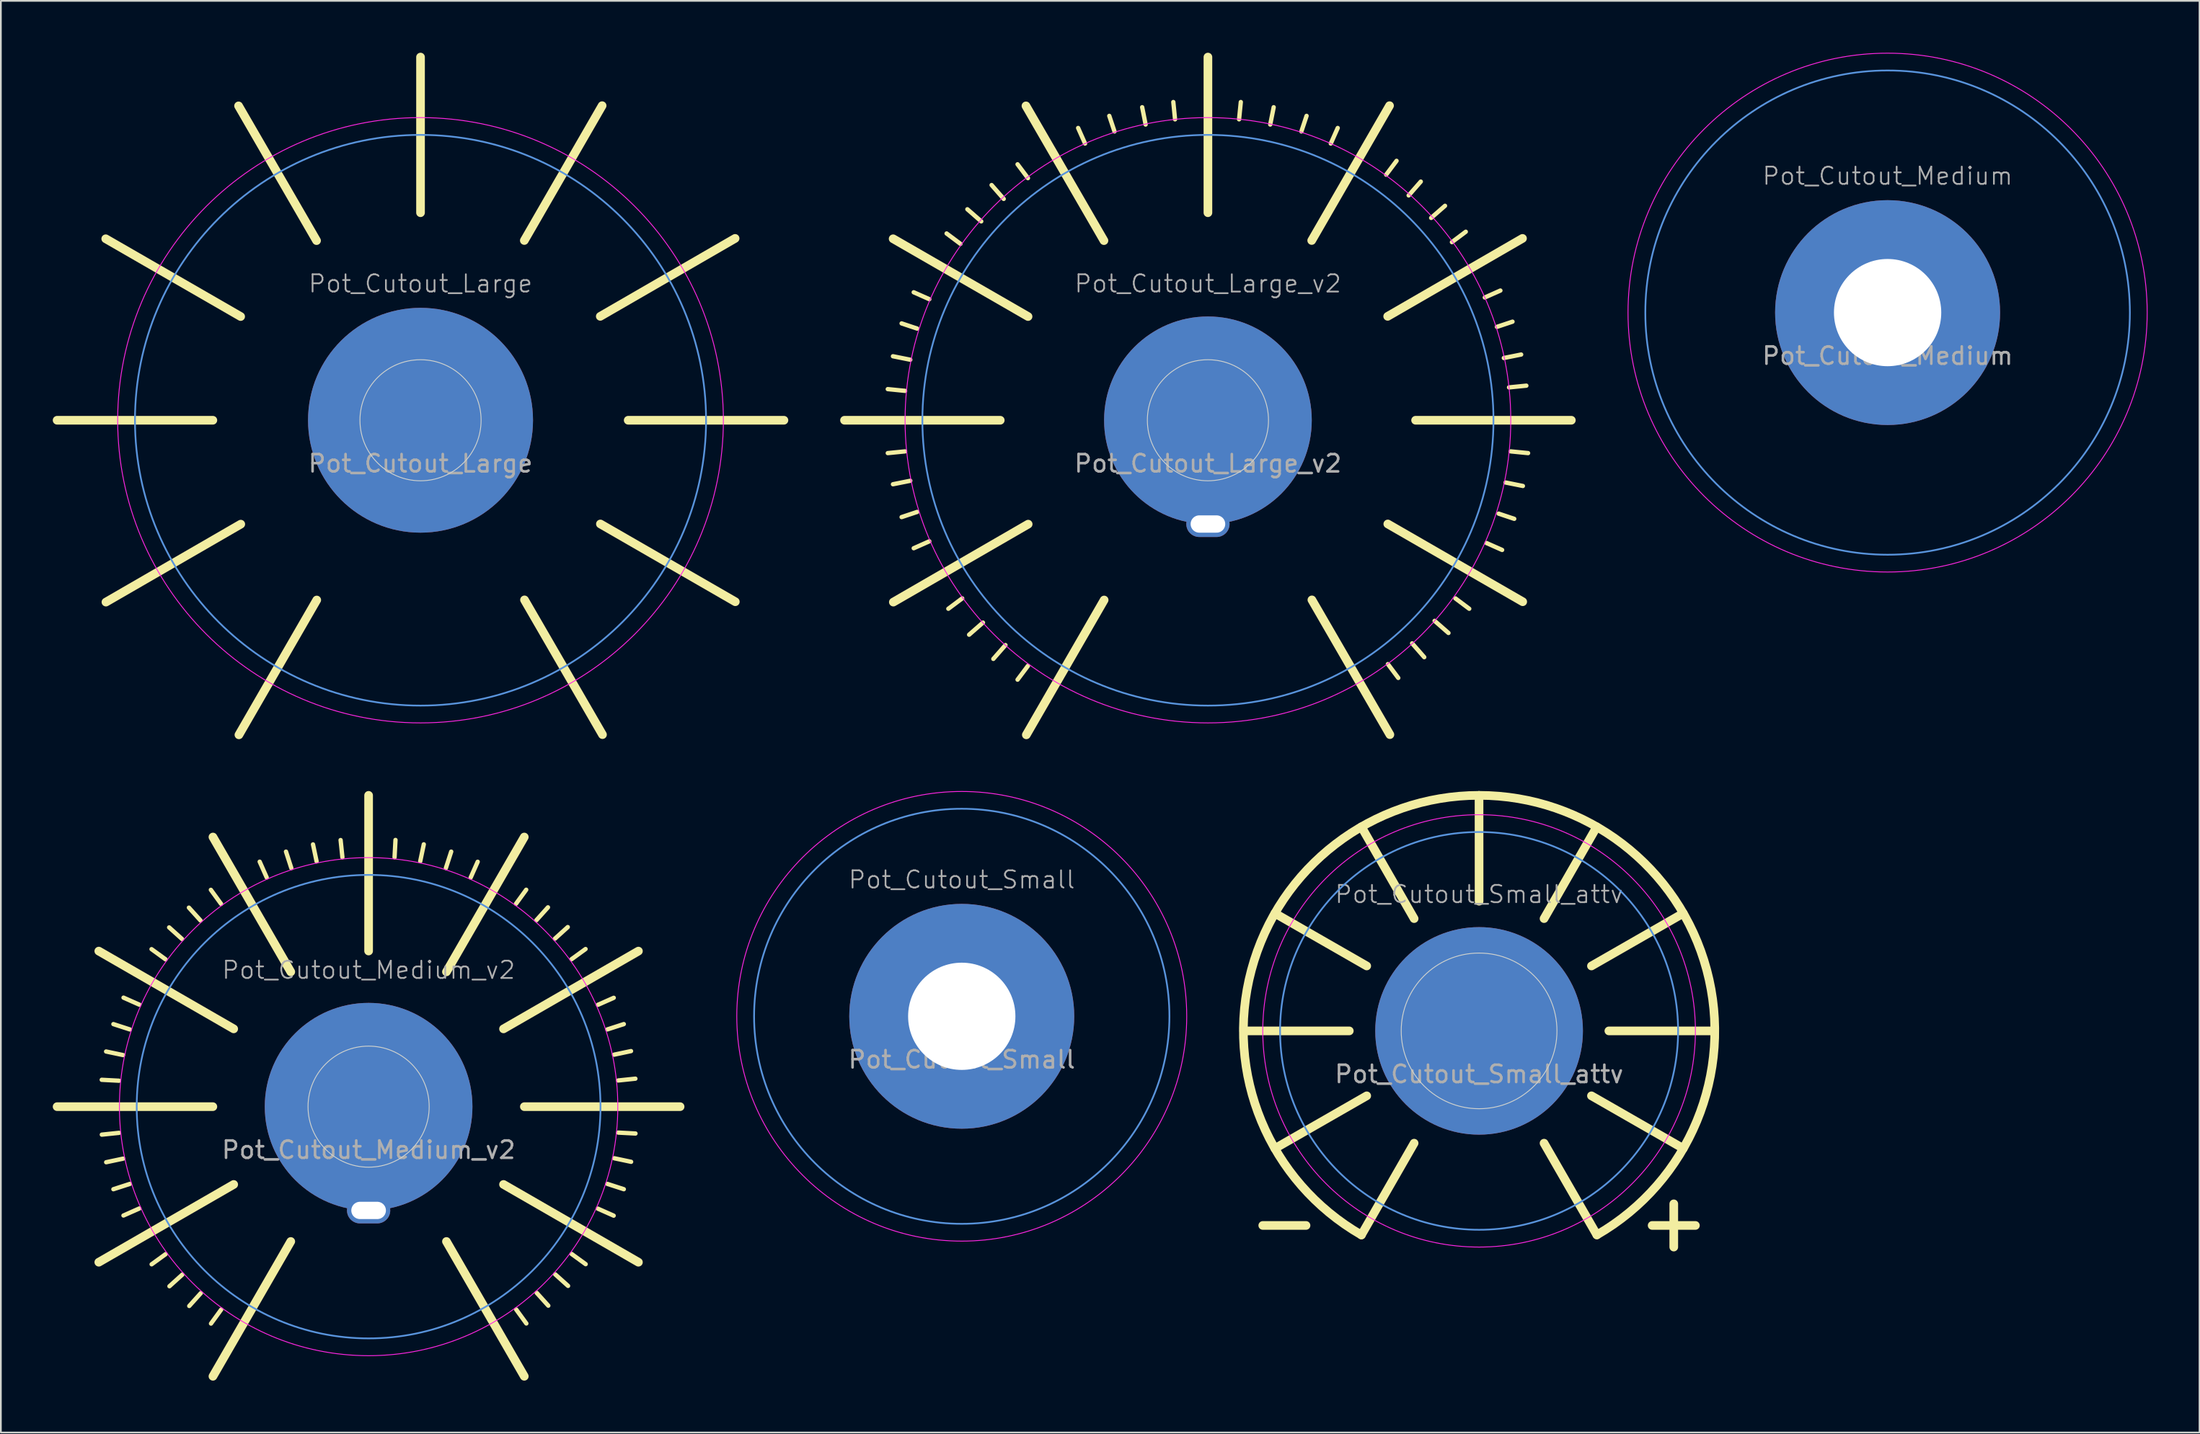
<source format=kicad_pcb>
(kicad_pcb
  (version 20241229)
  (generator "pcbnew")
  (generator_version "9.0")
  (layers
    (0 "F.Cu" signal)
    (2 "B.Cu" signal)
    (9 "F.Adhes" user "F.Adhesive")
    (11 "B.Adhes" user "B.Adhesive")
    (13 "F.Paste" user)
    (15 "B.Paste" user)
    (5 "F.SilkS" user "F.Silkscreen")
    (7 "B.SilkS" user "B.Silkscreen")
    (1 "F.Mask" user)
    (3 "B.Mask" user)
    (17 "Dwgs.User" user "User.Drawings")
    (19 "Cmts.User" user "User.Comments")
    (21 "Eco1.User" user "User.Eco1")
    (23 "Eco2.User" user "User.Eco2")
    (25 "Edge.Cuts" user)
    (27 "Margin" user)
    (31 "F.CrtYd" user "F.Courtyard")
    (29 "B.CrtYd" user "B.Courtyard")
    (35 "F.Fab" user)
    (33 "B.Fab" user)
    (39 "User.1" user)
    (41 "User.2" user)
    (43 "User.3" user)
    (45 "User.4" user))
  (footprint "Pot_Cutout_Small_attv"
    (layer "F.Cu")
    (at 82.419 56.559)
    (property "Reference" "Pot_Cutout_Small_attv" (at 0 -7.9 0) (unlocked yes) (layer "F.Fab") (effects (font (size 1 1) (thickness 0.1))))
    (attr through_hole)
    (fp_line (start -12.5 11.25) (end -10 11.25) (stroke (width 0.5) (type default)) (layer "F.SilkS"))
    (fp_line (start -7.5 0) (end -13.6 0) (stroke (width 0.5) (type default)) (layer "F.SilkS"))
    (fp_line (start -6.493 -3.754) (end -11.8 -6.8) (stroke (width 0.5) (type default)) (layer "F.SilkS"))
    (fp_line (start -6.493 3.754) (end -11.8 6.8) (stroke (width 0.5) (type default)) (layer "F.SilkS"))
    (fp_line (start -3.754 -6.493) (end -6.8 -11.8) (stroke (width 0.5) (type default)) (layer "F.SilkS"))
    (fp_line (start -3.754 6.493) (end -6.8 11.8) (stroke (width 0.5) (type default)) (layer "F.SilkS"))
    (fp_line (start 0 -7.5) (end -0.003 -13.619) (stroke (width 0.5) (type default)) (layer "F.SilkS"))
    (fp_line (start 3.754 -6.493) (end 6.8 -11.8) (stroke (width 0.5) (type default)) (layer "F.SilkS"))
    (fp_line (start 3.754 6.493) (end 6.806 11.797) (stroke (width 0.5) (type default)) (layer "F.SilkS"))
    (fp_line (start 6.493 -3.754) (end 11.8 -6.8) (stroke (width 0.5) (type default)) (layer "F.SilkS"))
    (fp_line (start 6.493 3.754) (end 11.8 6.8) (stroke (width 0.5) (type default)) (layer "F.SilkS"))
    (fp_line (start 7.5 0) (end 13.6 0) (stroke (width 0.5) (type default)) (layer "F.SilkS"))
    (fp_line (start 10 11.25) (end 12.5 11.25) (stroke (width 0.5) (type default)) (layer "F.SilkS"))
    (fp_line (start 11.25 10) (end 11.25 12.5) (stroke (width 0.5) (type default)) (layer "F.SilkS"))
    (fp_arc (start -6.8 11.8) (mid -0.003331 -13.619104) (end 6.805772 11.796672) (stroke (width 0.5) (type default)) (layer "F.SilkS"))
    (fp_circle (center 0 0) (end 11.5 0) (stroke (width 0.1) (type default)) (fill no) (layer "Cmts.User"))
    (fp_circle (center 0 0) (end 4.5 0) (stroke (width 0.05) (type default)) (fill no) (layer "Edge.Cuts"))
    (fp_circle (center 0 0) (end 12.5 0) (stroke (width 0.05) (type default)) (fill no) (layer "F.CrtYd"))
    (fp_text user "${REFERENCE}" (at 0 2.5 0) (unlocked yes) (layer "F.Fab") (effects (font (size 1 1) (thickness 0.15))))
    (pad "1" connect circle (at 0 0) (size 12 12) (layers "F.Cu" "F.Mask"))
    (pad "1" connect circle (at 0 0) (size 12 12) (layers "B.Cu" "B.Mask")))
  (footprint "Pot_Cutout_Medium"
    (layer "F.Cu")
    (at 106.025 15.025)
    (property "Reference" "Pot_Cutout_Medium" (at 0 -7.9 0) (unlocked yes) (layer "F.Fab") (effects (font (size 1 1) (thickness 0.1))))
    (attr through_hole)
    (fp_circle (center 0 0) (end 14 0) (stroke (width 0.1) (type default)) (fill no) (layer "Cmts.User"))
    (fp_circle (center 0 0) (end 15 0) (stroke (width 0.05) (type default)) (fill no) (layer "F.CrtYd"))
    (fp_text user "${REFERENCE}" (at 0 2.5 0) (unlocked yes) (layer "F.Fab") (effects (font (size 1 1) (thickness 0.15))))
    (pad "1" thru_hole circle (at 0 0) (size 13 13) (drill 6.2) (layers "*.Cu" "*.Mask")))
  (footprint "Pot_Cutout_Medium_v2"
    (layer "F.Cu")
    (at 18.25 60.94)
    (property "Reference" "Pot_Cutout_Medium_v2" (at 0 -7.9 0) (unlocked yes) (layer "F.Fab") (effects (font (size 1 1) (thickness 0.1))))
    (attr through_hole)
    (fp_line (start -15.591 -8.995) (end -7.796 -4.498) (stroke (width 0.5) (type default)) (layer "F.SilkS"))
    (fp_line (start -15.591 8.995) (end -7.796 4.498) (stroke (width 0.5) (type default)) (layer "F.SilkS"))
    (fp_line (start -14.422 -1.5) (end -15.422 -1.553) (stroke (width 0.25) (type default)) (layer "F.SilkS"))
    (fp_line (start -14.421 1.514) (end -15.416 1.618) (stroke (width 0.25) (type default)) (layer "F.SilkS"))
    (fp_line (start -14.19 -2.983) (end -15.169 -3.189) (stroke (width 0.25) (type default)) (layer "F.SilkS"))
    (fp_line (start -14.185 3.006) (end -15.164 3.213) (stroke (width 0.25) (type default)) (layer "F.SilkS"))
    (fp_line (start -13.796 -4.465) (end -14.747 -4.773) (stroke (width 0.25) (type default)) (layer "F.SilkS"))
    (fp_line (start -13.795 4.466) (end -14.747 4.774) (stroke (width 0.25) (type default)) (layer "F.SilkS"))
    (fp_line (start -13.251 5.888) (end -14.165 6.294) (stroke (width 0.25) (type default)) (layer "F.SilkS"))
    (fp_line (start -13.247 -5.897) (end -14.161 -6.303) (stroke (width 0.25) (type default)) (layer "F.SilkS"))
    (fp_line (start -11.734 -8.519) (end -12.543 -9.107) (stroke (width 0.25) (type default)) (layer "F.SilkS"))
    (fp_line (start -11.728 8.527) (end -12.537 9.115) (stroke (width 0.25) (type default)) (layer "F.SilkS"))
    (fp_line (start -10.782 -9.695) (end -11.526 -10.364) (stroke (width 0.25) (type default)) (layer "F.SilkS"))
    (fp_line (start -10.766 9.713) (end -11.508 10.384) (stroke (width 0.25) (type default)) (layer "F.SilkS"))
    (fp_line (start -9.713 -10.766) (end -10.384 -11.508) (stroke (width 0.25) (type default)) (layer "F.SilkS"))
    (fp_line (start -9.695 10.782) (end -10.364 11.526) (stroke (width 0.25) (type default)) (layer "F.SilkS"))
    (fp_line (start -9 0) (end -18 0) (stroke (width 0.5) (type default)) (layer "F.SilkS"))
    (fp_line (start -8.995 -15.591) (end -4.498 -7.796) (stroke (width 0.5) (type default)) (layer "F.SilkS"))
    (fp_line (start -8.995 15.591) (end -4.498 7.796) (stroke (width 0.5) (type default)) (layer "F.SilkS"))
    (fp_line (start -8.527 -11.728) (end -9.115 -12.537) (stroke (width 0.25) (type default)) (layer "F.SilkS"))
    (fp_line (start -8.519 11.734) (end -9.107 12.543) (stroke (width 0.25) (type default)) (layer "F.SilkS"))
    (fp_line (start -5.888 -13.251) (end -6.294 -14.165) (stroke (width 0.25) (type default)) (layer "F.SilkS"))
    (fp_line (start -4.466 -13.795) (end -4.774 -14.747) (stroke (width 0.25) (type default)) (layer "F.SilkS"))
    (fp_line (start -3.006 -14.185) (end -3.213 -15.164) (stroke (width 0.25) (type default)) (layer "F.SilkS"))
    (fp_line (start -1.514 -14.421) (end -1.618 -15.416) (stroke (width 0.25) (type default)) (layer "F.SilkS"))
    (fp_line (start 0 -9) (end 0 -18) (stroke (width 0.5) (type default)) (layer "F.SilkS"))
    (fp_line (start 1.5 -14.422) (end 1.553 -15.422) (stroke (width 0.25) (type default)) (layer "F.SilkS"))
    (fp_line (start 2.983 -14.19) (end 3.189 -15.169) (stroke (width 0.25) (type default)) (layer "F.SilkS"))
    (fp_line (start 4.465 -13.796) (end 4.773 -14.747) (stroke (width 0.25) (type default)) (layer "F.SilkS"))
    (fp_line (start 5.897 -13.247) (end 6.303 -14.161) (stroke (width 0.25) (type default)) (layer "F.SilkS"))
    (fp_line (start 8.519 -11.734) (end 9.107 -12.543) (stroke (width 0.25) (type default)) (layer "F.SilkS"))
    (fp_line (start 8.527 11.728) (end 9.115 12.537) (stroke (width 0.25) (type default)) (layer "F.SilkS"))
    (fp_line (start 8.995 -15.591) (end 4.498 -7.796) (stroke (width 0.5) (type default)) (layer "F.SilkS"))
    (fp_line (start 8.995 15.591) (end 4.498 7.796) (stroke (width 0.5) (type default)) (layer "F.SilkS"))
    (fp_line (start 9 0) (end 18 0) (stroke (width 0.5) (type default)) (layer "F.SilkS"))
    (fp_line (start 9.695 -10.782) (end 10.364 -11.526) (stroke (width 0.25) (type default)) (layer "F.SilkS"))
    (fp_line (start 9.713 10.766) (end 10.384 11.508) (stroke (width 0.25) (type default)) (layer "F.SilkS"))
    (fp_line (start 10.766 -9.713) (end 11.508 -10.384) (stroke (width 0.25) (type default)) (layer "F.SilkS"))
    (fp_line (start 10.782 9.695) (end 11.526 10.364) (stroke (width 0.25) (type default)) (layer "F.SilkS"))
    (fp_line (start 11.728 -8.527) (end 12.537 -9.115) (stroke (width 0.25) (type default)) (layer "F.SilkS"))
    (fp_line (start 11.734 8.519) (end 12.543 9.107) (stroke (width 0.25) (type default)) (layer "F.SilkS"))
    (fp_line (start 13.247 5.897) (end 14.161 6.303) (stroke (width 0.25) (type default)) (layer "F.SilkS"))
    (fp_line (start 13.251 -5.888) (end 14.165 -6.294) (stroke (width 0.25) (type default)) (layer "F.SilkS"))
    (fp_line (start 13.795 -4.466) (end 14.747 -4.774) (stroke (width 0.25) (type default)) (layer "F.SilkS"))
    (fp_line (start 13.796 4.465) (end 14.747 4.773) (stroke (width 0.25) (type default)) (layer "F.SilkS"))
    (fp_line (start 14.185 -3.006) (end 15.164 -3.213) (stroke (width 0.25) (type default)) (layer "F.SilkS"))
    (fp_line (start 14.19 2.983) (end 15.169 3.189) (stroke (width 0.25) (type default)) (layer "F.SilkS"))
    (fp_line (start 14.421 -1.514) (end 15.416 -1.618) (stroke (width 0.25) (type default)) (layer "F.SilkS"))
    (fp_line (start 14.422 1.5) (end 15.422 1.553) (stroke (width 0.25) (type default)) (layer "F.SilkS"))
    (fp_line (start 15.591 -8.995) (end 7.796 -4.498) (stroke (width 0.5) (type default)) (layer "F.SilkS"))
    (fp_line (start 15.591 8.995) (end 7.796 4.498) (stroke (width 0.5) (type default)) (layer "F.SilkS"))
    (fp_circle (center 0 0) (end 13.4 0) (stroke (width 0.1) (type default)) (fill no) (layer "Cmts.User"))
    (fp_circle (center 0 0) (end 0 3.5) (stroke (width 0.05) (type default)) (fill no) (layer "Edge.Cuts"))
    (fp_circle (center 0 0) (end 14.4 0) (stroke (width 0.05) (type default)) (fill no) (layer "F.CrtYd"))
    (fp_text user "${REFERENCE}" (at 0 2.5 0) (unlocked yes) (layer "F.Fab") (effects (font (size 1 1) (thickness 0.15))))
    (pad "1" connect circle (at 0 0) (size 12 12) (layers "F.Cu" "F.Mask"))
    (pad "1" connect circle (at 0 0) (size 12 12) (layers "B.Cu" "B.Mask"))
    (pad "1" thru_hole oval (at 0 6) (size 2.5 1.5) (drill oval 2 1) (layers "*.Cu" "*.Mask")))
  (footprint "Pot_Cutout_Large"
    (layer "F.Cu")
    (at 21.25 21.25)
    (property "Reference" "Pot_Cutout_Large" (at 0 -7.9 0) (unlocked yes) (layer "F.Fab") (effects (font (size 1 1) (thickness 0.1))))
    (attr through_hole)
    (fp_line (start -12 0) (end -21 0) (stroke (width 0.5) (type default)) (layer "F.SilkS"))
    (fp_line (start -10.394 -5.997) (end -18.19 -10.494) (stroke (width 0.5) (type default)) (layer "F.SilkS"))
    (fp_line (start -10.387 6.008) (end -18.178 10.515) (stroke (width 0.5) (type default)) (layer "F.SilkS"))
    (fp_line (start -6.008 -10.387) (end -10.515 -18.178) (stroke (width 0.5) (type default)) (layer "F.SilkS"))
    (fp_line (start -5.997 10.394) (end -10.494 18.19) (stroke (width 0.5) (type default)) (layer "F.SilkS"))
    (fp_line (start 0 -12) (end 0 -21) (stroke (width 0.5) (type default)) (layer "F.SilkS"))
    (fp_line (start 5.997 -10.394) (end 10.494 -18.19) (stroke (width 0.5) (type default)) (layer "F.SilkS"))
    (fp_line (start 6.008 10.387) (end 10.515 18.178) (stroke (width 0.5) (type default)) (layer "F.SilkS"))
    (fp_line (start 10.387 -6.008) (end 18.178 -10.515) (stroke (width 0.5) (type default)) (layer "F.SilkS"))
    (fp_line (start 10.394 5.997) (end 18.19 10.494) (stroke (width 0.5) (type default)) (layer "F.SilkS"))
    (fp_line (start 12 0) (end 21 0) (stroke (width 0.5) (type default)) (layer "F.SilkS"))
    (fp_circle (center 0 0) (end 16.5 0) (stroke (width 0.1) (type default)) (fill no) (layer "Cmts.User"))
    (fp_circle (center 0 0) (end 0 3.5) (stroke (width 0.05) (type default)) (fill no) (layer "Edge.Cuts"))
    (fp_circle (center 0 0) (end 17.5 0) (stroke (width 0.05) (type default)) (fill no) (layer "F.CrtYd"))
    (fp_text user "${REFERENCE}" (at 0 2.5 0) (unlocked yes) (layer "F.Fab") (effects (font (size 1 1) (thickness 0.15))))
    (pad "1" connect circle (at 0 0) (size 13 13) (layers "F.Cu" "F.Mask"))
    (pad "1" connect circle (at 0 0) (size 13 13) (layers "B.Cu" "B.Mask")))
  (footprint "Pot_Cutout_Large_v2"
    (layer "F.Cu")
    (at 66.75 21.25)
    (property "Reference" "Pot_Cutout_Large_v2" (at 0 -7.9 0) (unlocked yes) (layer "F.Fab") (effects (font (size 1 1) (thickness 0.1))))
    (attr through_hole)
    (fp_line (start -18.5 -1.8) (end -17.5 -1.7) (stroke (width 0.25) (type default)) (layer "F.SilkS"))
    (fp_line (start -18.5 1.9) (end -17.5 1.8) (stroke (width 0.25) (type default)) (layer "F.SilkS"))
    (fp_line (start -18.2 -3.7) (end -17.2 -3.5) (stroke (width 0.25) (type default)) (layer "F.SilkS"))
    (fp_line (start -18.2 3.7) (end -17.2 3.5) (stroke (width 0.25) (type default)) (layer "F.SilkS"))
    (fp_line (start -17.7 -5.6) (end -16.8 -5.3) (stroke (width 0.25) (type default)) (layer "F.SilkS"))
    (fp_line (start -17.7 5.6) (end -16.8 5.3) (stroke (width 0.25) (type default)) (layer "F.SilkS"))
    (fp_line (start -17 -7.4) (end -16.1 -7) (stroke (width 0.25) (type default)) (layer "F.SilkS"))
    (fp_line (start -17 7.4) (end -16.1 7) (stroke (width 0.25) (type default)) (layer "F.SilkS"))
    (fp_line (start -15.1 -10.8) (end -14.3 -10.2) (stroke (width 0.25) (type default)) (layer "F.SilkS"))
    (fp_line (start -15 10.9) (end -14.2 10.3) (stroke (width 0.25) (type default)) (layer "F.SilkS"))
    (fp_line (start -13.9 -12.2) (end -13.1 -11.5) (stroke (width 0.25) (type default)) (layer "F.SilkS"))
    (fp_line (start -13.8 12.4) (end -13 11.7) (stroke (width 0.25) (type default)) (layer "F.SilkS"))
    (fp_line (start -12.5 -13.6) (end -11.8 -12.8) (stroke (width 0.25) (type default)) (layer "F.SilkS"))
    (fp_line (start -12.4 13.8) (end -11.7 13) (stroke (width 0.25) (type default)) (layer "F.SilkS"))
    (fp_line (start -12 0) (end -21 0) (stroke (width 0.5) (type default)) (layer "F.SilkS"))
    (fp_line (start -11 -14.8) (end -10.4 -14) (stroke (width 0.25) (type default)) (layer "F.SilkS"))
    (fp_line (start -11 15) (end -10.4 14.2) (stroke (width 0.25) (type default)) (layer "F.SilkS"))
    (fp_line (start -10.394 -5.997) (end -18.19 -10.494) (stroke (width 0.5) (type default)) (layer "F.SilkS"))
    (fp_line (start -10.387 6.008) (end -18.178 10.515) (stroke (width 0.5) (type default)) (layer "F.SilkS"))
    (fp_line (start -7.5 -16.9) (end -7.1 -16) (stroke (width 0.25) (type default)) (layer "F.SilkS"))
    (fp_line (start -6.008 -10.387) (end -10.515 -18.178) (stroke (width 0.5) (type default)) (layer "F.SilkS"))
    (fp_line (start -5.997 10.394) (end -10.494 18.19) (stroke (width 0.5) (type default)) (layer "F.SilkS"))
    (fp_line (start -5.7 -17.6) (end -5.4 -16.7) (stroke (width 0.25) (type default)) (layer "F.SilkS"))
    (fp_line (start -3.8 -18.1) (end -3.6 -17.1) (stroke (width 0.25) (type default)) (layer "F.SilkS"))
    (fp_line (start -2 -18.4) (end -1.9 -17.4) (stroke (width 0.25) (type default)) (layer "F.SilkS"))
    (fp_line (start 0 -12) (end 0 -21) (stroke (width 0.5) (type default)) (layer "F.SilkS"))
    (fp_line (start 1.9 -18.4) (end 1.8 -17.4) (stroke (width 0.25) (type default)) (layer "F.SilkS"))
    (fp_line (start 3.8 -18.1) (end 3.6 -17.1) (stroke (width 0.25) (type default)) (layer "F.SilkS"))
    (fp_line (start 5.7 -17.6) (end 5.4 -16.7) (stroke (width 0.25) (type default)) (layer "F.SilkS"))
    (fp_line (start 5.997 -10.394) (end 10.494 -18.19) (stroke (width 0.5) (type default)) (layer "F.SilkS"))
    (fp_line (start 6.008 10.387) (end 10.515 18.178) (stroke (width 0.5) (type default)) (layer "F.SilkS"))
    (fp_line (start 7.5 -16.9) (end 7.1 -16) (stroke (width 0.25) (type default)) (layer "F.SilkS"))
    (fp_line (start 10.387 -6.008) (end 18.178 -10.515) (stroke (width 0.5) (type default)) (layer "F.SilkS"))
    (fp_line (start 10.394 5.997) (end 18.19 10.494) (stroke (width 0.5) (type default)) (layer "F.SilkS"))
    (fp_line (start 10.9 -15) (end 10.3 -14.2) (stroke (width 0.25) (type default)) (layer "F.SilkS"))
    (fp_line (start 11 14.9) (end 10.4 14.1) (stroke (width 0.25) (type default)) (layer "F.SilkS"))
    (fp_line (start 12 0) (end 21 0) (stroke (width 0.5) (type default)) (layer "F.SilkS"))
    (fp_line (start 12.3 -13.8) (end 11.6 -13) (stroke (width 0.25) (type default)) (layer "F.SilkS"))
    (fp_line (start 12.5 13.7) (end 11.8 12.9) (stroke (width 0.25) (type default)) (layer "F.SilkS"))
    (fp_line (start 13.7 -12.4) (end 12.9 -11.7) (stroke (width 0.25) (type default)) (layer "F.SilkS"))
    (fp_line (start 13.9 12.3) (end 13.1 11.6) (stroke (width 0.25) (type default)) (layer "F.SilkS"))
    (fp_line (start 14.9 -10.9) (end 14.1 -10.3) (stroke (width 0.25) (type default)) (layer "F.SilkS"))
    (fp_line (start 15.1 10.9) (end 14.3 10.3) (stroke (width 0.25) (type default)) (layer "F.SilkS"))
    (fp_line (start 16.9 -7.5) (end 16 -7.1) (stroke (width 0.25) (type default)) (layer "F.SilkS"))
    (fp_line (start 17 7.5) (end 16.1 7.1) (stroke (width 0.25) (type default)) (layer "F.SilkS"))
    (fp_line (start 17.6 -5.7) (end 16.7 -5.4) (stroke (width 0.25) (type default)) (layer "F.SilkS"))
    (fp_line (start 17.7 5.7) (end 16.8 5.4) (stroke (width 0.25) (type default)) (layer "F.SilkS"))
    (fp_line (start 18.1 -3.8) (end 17.1 -3.6) (stroke (width 0.25) (type default)) (layer "F.SilkS"))
    (fp_line (start 18.2 3.8) (end 17.2 3.6) (stroke (width 0.25) (type default)) (layer "F.SilkS"))
    (fp_line (start 18.4 -2) (end 17.4 -1.9) (stroke (width 0.25) (type default)) (layer "F.SilkS"))
    (fp_line (start 18.5 1.9) (end 17.5 1.8) (stroke (width 0.25) (type default)) (layer "F.SilkS"))
    (fp_circle (center 0 0) (end 16.5 0) (stroke (width 0.1) (type default)) (fill no) (layer "Cmts.User"))
    (fp_circle (center 0 0) (end 0 3.5) (stroke (width 0.05) (type default)) (fill no) (layer "Edge.Cuts"))
    (fp_circle (center 0 0) (end 17.5 0) (stroke (width 0.05) (type default)) (fill no) (layer "F.CrtYd"))
    (fp_text user "${REFERENCE}" (at 0 2.5 0) (unlocked yes) (layer "F.Fab") (effects (font (size 1 1) (thickness 0.15))))
    (pad "1" connect circle (at 0 0) (size 12 12) (layers "F.Cu" "F.Mask"))
    (pad "1" connect circle (at 0 0) (size 12 12) (layers "B.Cu" "B.Mask"))
    (pad "1" thru_hole oval (at 0 6) (size 2.5 1.5) (drill oval 2 1) (layers "*.Cu" "*.Mask")))
  (footprint "Pot_Cutout_Small"
    (layer "F.Cu")
    (at 52.525 55.715)
    (property "Reference" "Pot_Cutout_Small" (at 0 -7.9 0) (unlocked yes) (layer "F.Fab") (effects (font (size 1 1) (thickness 0.1))))
    (attr through_hole)
    (fp_circle (center 0 0) (end 12 0) (stroke (width 0.1) (type default)) (fill no) (layer "Cmts.User"))
    (fp_circle (center 0 0) (end 13 0) (stroke (width 0.05) (type default)) (fill no) (layer "F.CrtYd"))
    (fp_text user "${REFERENCE}" (at 0 2.5 0) (unlocked yes) (layer "F.Fab") (effects (font (size 1 1) (thickness 0.15))))
    (pad "1" thru_hole circle (at 0 0) (size 13 13) (drill 6.2) (layers "*.Cu" "*.Mask")))
  (gr_rect
    (start -3 -3)
    (end 124.05 79.781)
    (stroke (width 0.1) (type default))
    (fill no)
    (layer "Edge.Cuts")))
</source>
